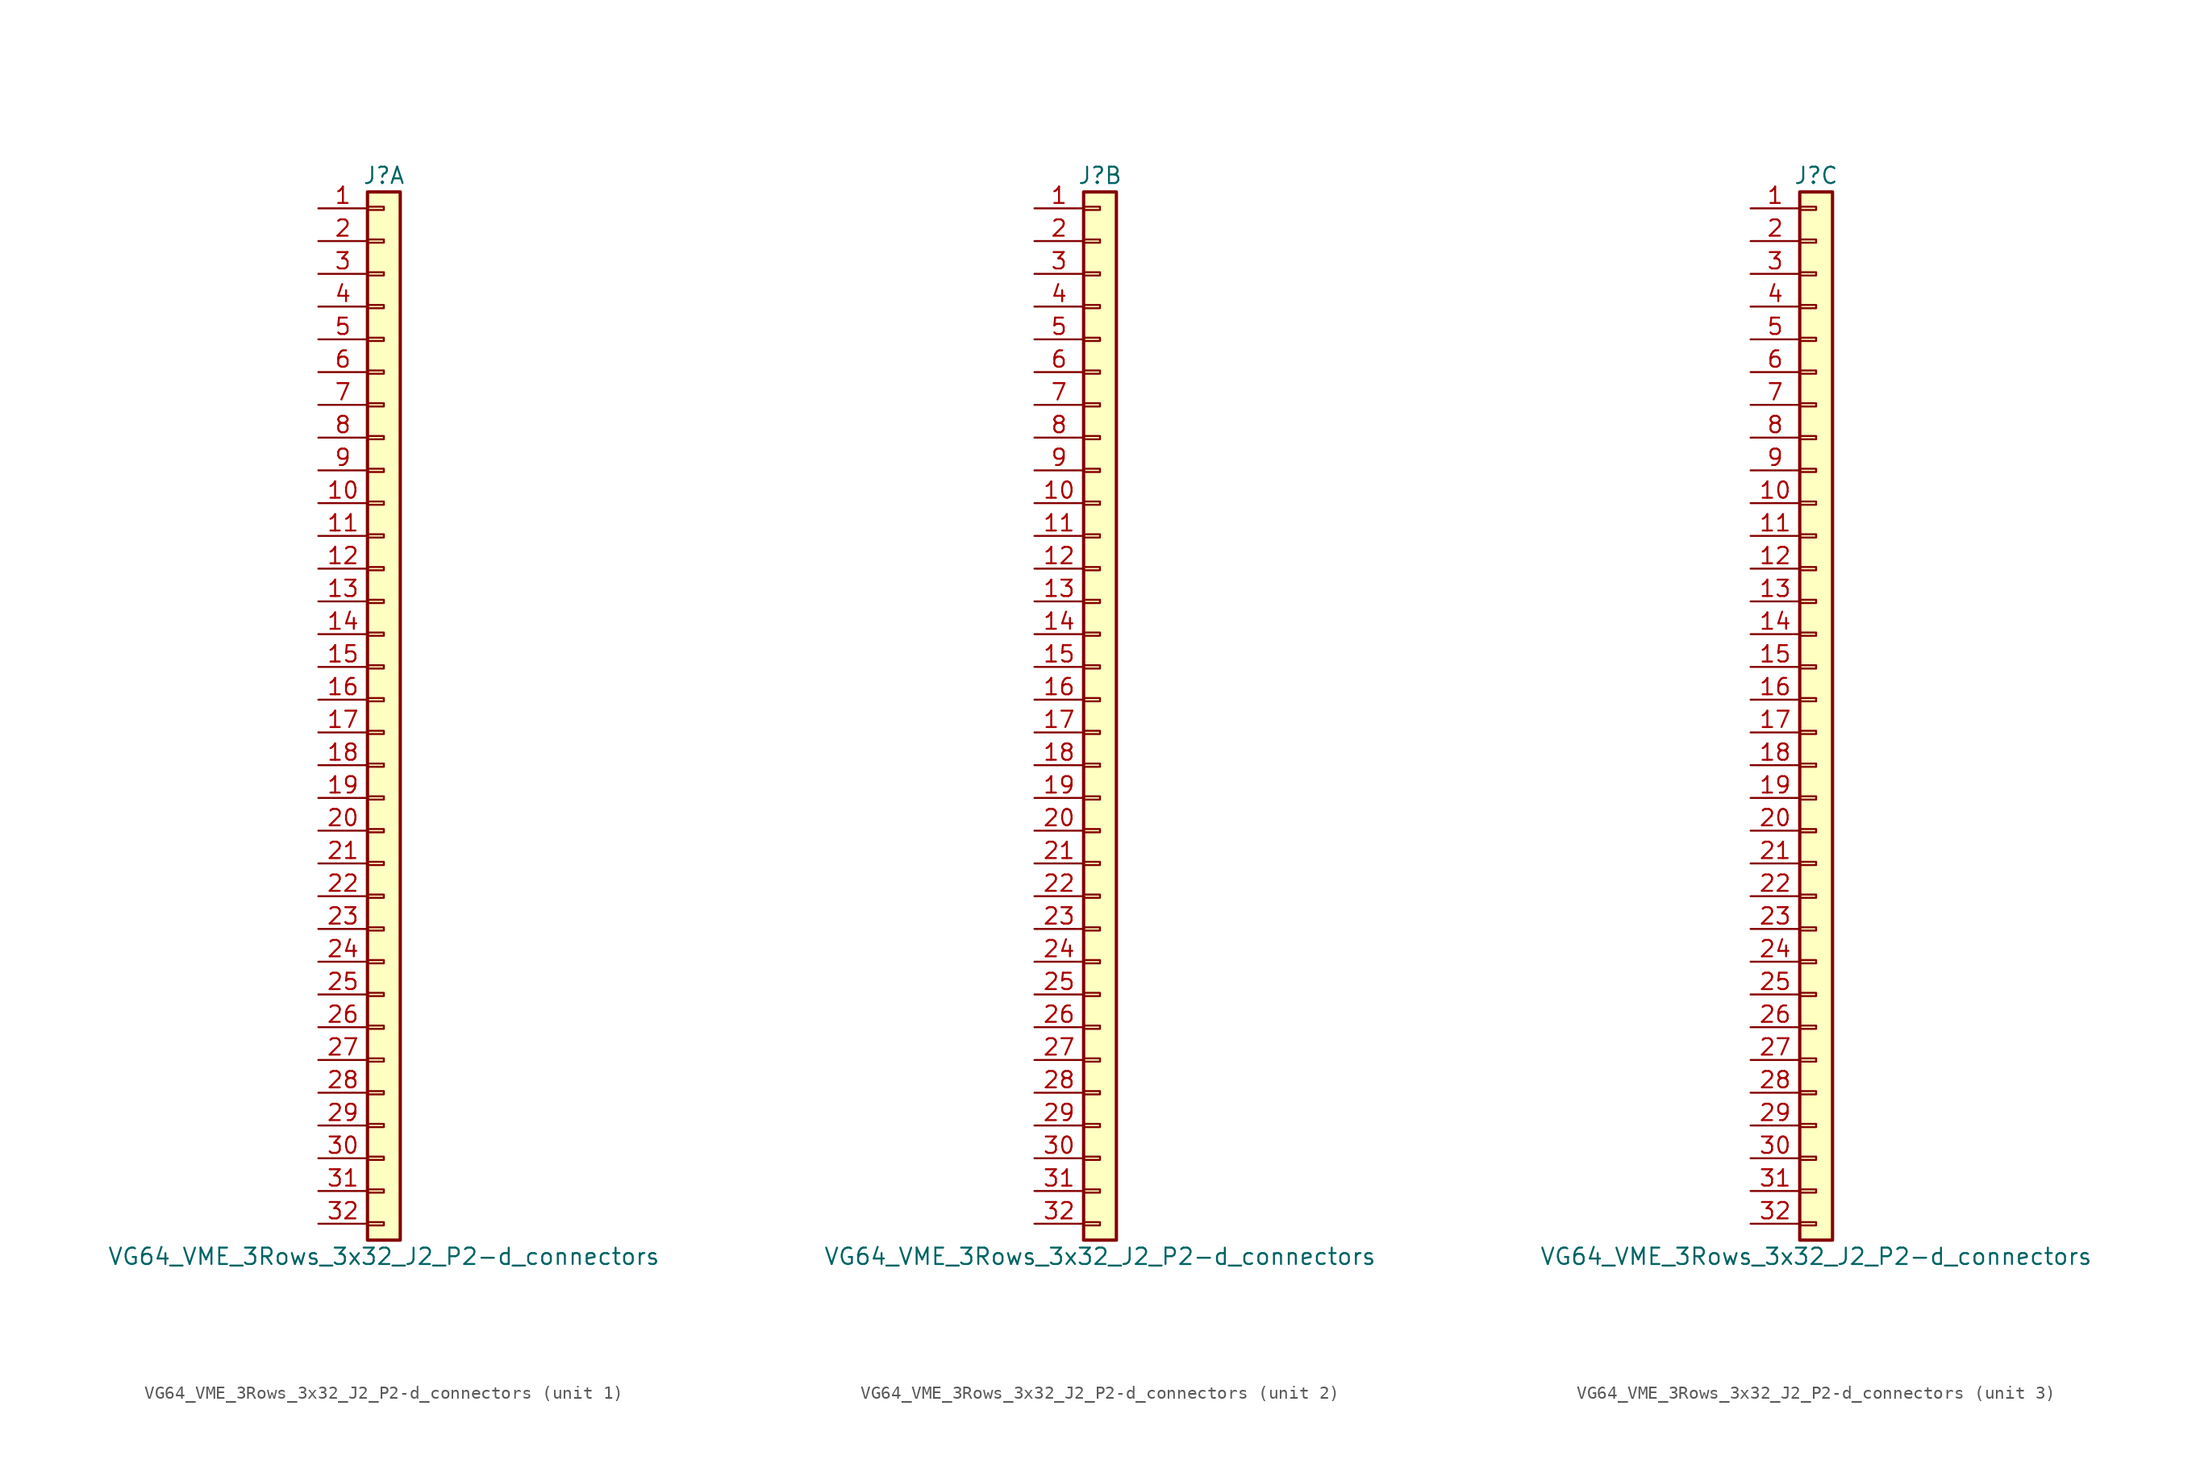
<source format=kicad_sym>
(kicad_symbol_lib
  (version 20231120)
  (generator "kicad_symbol_editor")
  (generator_version "8.0")
  (symbol "VG64_VME_3Rows_3x32_J2_P2-d_connectors"
    (pin_names
      (offset 1.016) hide)
    (property "Reference" "J"
      (at 0 40.64 0)
      (effects (font (size 1.27 1.27))))
    (property "Value" "VG64_VME_3Rows_3x32_J2_P2-d_connectors"
      (at 0 -43.18 0)
      (effects (font (size 1.27 1.27))))
    (property "ki_locked" ""
      (at 0 0 0)
      (effects (font (size 1.27 1.27))))
    (symbol "VG64_VME_3Rows_3x32_J2_P2-d_connectors_1_1"
      (rectangle (start -1.27 -40.513) (end 0 -40.767) (stroke (width 0.152) (type solid)) (fill (type none)))
      (rectangle (start -1.27 -37.973) (end 0 -38.227) (stroke (width 0.152) (type solid)) (fill (type none)))
      (rectangle (start -1.27 -35.433) (end 0 -35.687) (stroke (width 0.152) (type solid)) (fill (type none)))
      (rectangle (start -1.27 -32.893) (end 0 -33.147) (stroke (width 0.152) (type solid)) (fill (type none)))
      (rectangle (start -1.27 -30.353) (end 0 -30.607) (stroke (width 0.152) (type solid)) (fill (type none)))
      (rectangle (start -1.27 -27.813) (end 0 -28.067) (stroke (width 0.152) (type solid)) (fill (type none)))
      (rectangle (start -1.27 -25.273) (end 0 -25.527) (stroke (width 0.152) (type solid)) (fill (type none)))
      (rectangle (start -1.27 -22.733) (end 0 -22.987) (stroke (width 0.152) (type solid)) (fill (type none)))
      (rectangle (start -1.27 -20.193) (end 0 -20.447) (stroke (width 0.152) (type solid)) (fill (type none)))
      (rectangle (start -1.27 -17.653) (end 0 -17.907) (stroke (width 0.152) (type solid)) (fill (type none)))
      (rectangle (start -1.27 -15.113) (end 0 -15.367) (stroke (width 0.152) (type solid)) (fill (type none)))
      (rectangle (start -1.27 -12.573) (end 0 -12.827) (stroke (width 0.152) (type solid)) (fill (type none)))
      (rectangle (start -1.27 -10.033) (end 0 -10.287) (stroke (width 0.152) (type solid)) (fill (type none)))
      (rectangle (start -1.27 -7.493) (end 0 -7.747) (stroke (width 0.152) (type solid)) (fill (type none)))
      (rectangle (start -1.27 -4.953) (end 0 -5.207) (stroke (width 0.152) (type solid)) (fill (type none)))
      (rectangle (start -1.27 -2.413) (end 0 -2.667) (stroke (width 0.152) (type solid)) (fill (type none)))
      (rectangle (start -1.27 0.127) (end 0 -0.127) (stroke (width 0.152) (type solid)) (fill (type none)))
      (rectangle (start -1.27 2.667) (end 0 2.413) (stroke (width 0.152) (type solid)) (fill (type none)))
      (rectangle (start -1.27 5.207) (end 0 4.953) (stroke (width 0.152) (type solid)) (fill (type none)))
      (rectangle (start -1.27 7.747) (end 0 7.493) (stroke (width 0.152) (type solid)) (fill (type none)))
      (rectangle (start -1.27 10.287) (end 0 10.033) (stroke (width 0.152) (type solid)) (fill (type none)))
      (rectangle (start -1.27 12.827) (end 0 12.573) (stroke (width 0.152) (type solid)) (fill (type none)))
      (rectangle (start -1.27 15.367) (end 0 15.113) (stroke (width 0.152) (type solid)) (fill (type none)))
      (rectangle (start -1.27 17.907) (end 0 17.653) (stroke (width 0.152) (type solid)) (fill (type none)))
      (rectangle (start -1.27 20.447) (end 0 20.193) (stroke (width 0.152) (type solid)) (fill (type none)))
      (rectangle (start -1.27 22.987) (end 0 22.733) (stroke (width 0.152) (type solid)) (fill (type none)))
      (rectangle (start -1.27 25.527) (end 0 25.273) (stroke (width 0.152) (type solid)) (fill (type none)))
      (rectangle (start -1.27 28.067) (end 0 27.813) (stroke (width 0.152) (type solid)) (fill (type none)))
      (rectangle (start -1.27 30.607) (end 0 30.353) (stroke (width 0.152) (type solid)) (fill (type none)))
      (rectangle (start -1.27 33.147) (end 0 32.893) (stroke (width 0.152) (type solid)) (fill (type none)))
      (rectangle (start -1.27 35.687) (end 0 35.433) (stroke (width 0.152) (type solid)) (fill (type none)))
      (rectangle (start -1.27 38.227) (end 0 37.973) (stroke (width 0.152) (type solid)) (fill (type none)))
      (rectangle (start -1.27 39.37) (end 1.27 -41.91) (stroke (width 0.254) (type solid)) (fill (type background)))
      (pin passive line (at -5.08 38.1 0) (length 3.81) (name "User_Defined" (effects (font (size 1.27 1.27)))) (number "1" (effects (font (size 1.27 1.27)))))
      (pin passive line (at -5.08 15.24 0) (length 3.81) (name "A30" (effects (font (size 1.27 1.27)))) (number "10" (effects (font (size 1.27 1.27)))))
      (pin passive line (at -5.08 12.7 0) (length 3.81) (name "User_Defined" (effects (font (size 1.27 1.27)))) (number "11" (effects (font (size 1.27 1.27)))))
      (pin passive line (at -5.08 10.16 0) (length 3.81) (name "User_Defined" (effects (font (size 1.27 1.27)))) (number "12" (effects (font (size 1.27 1.27)))))
      (pin passive line (at -5.08 7.62 0) (length 3.81) (name "+5V" (effects (font (size 1.27 1.27)))) (number "13" (effects (font (size 1.27 1.27)))))
      (pin passive line (at -5.08 5.08 0) (length 3.81) (name "D16" (effects (font (size 1.27 1.27)))) (number "14" (effects (font (size 1.27 1.27)))))
      (pin passive line (at -5.08 2.54 0) (length 3.81) (name "D17" (effects (font (size 1.27 1.27)))) (number "15" (effects (font (size 1.27 1.27)))))
      (pin passive line (at -5.08 0 0) (length 3.81) (name "User_Defined" (effects (font (size 1.27 1.27)))) (number "16" (effects (font (size 1.27 1.27)))))
      (pin passive line (at -5.08 -2.54 0) (length 3.81) (name "User_Defined" (effects (font (size 1.27 1.27)))) (number "17" (effects (font (size 1.27 1.27)))))
      (pin passive line (at -5.08 -5.08 0) (length 3.81) (name "User_Defined" (effects (font (size 1.27 1.27)))) (number "18" (effects (font (size 1.27 1.27)))))
      (pin passive line (at -5.08 -7.62 0) (length 3.81) (name "User_Defined" (effects (font (size 1.27 1.27)))) (number "19" (effects (font (size 1.27 1.27)))))
      (pin passive line (at -5.08 35.56 0) (length 3.81) (name "User_Defined" (effects (font (size 1.27 1.27)))) (number "2" (effects (font (size 1.27 1.27)))))
      (pin passive line (at -5.08 -10.16 0) (length 3.81) (name "User_Defined" (effects (font (size 1.27 1.27)))) (number "20" (effects (font (size 1.27 1.27)))))
      (pin passive line (at -5.08 -12.7 0) (length 3.81) (name "User_Defined" (effects (font (size 1.27 1.27)))) (number "21" (effects (font (size 1.27 1.27)))))
      (pin passive line (at -5.08 -15.24 0) (length 3.81) (name "User_Defined" (effects (font (size 1.27 1.27)))) (number "22" (effects (font (size 1.27 1.27)))))
      (pin passive line (at -5.08 -17.78 0) (length 3.81) (name "User_Defined" (effects (font (size 1.27 1.27)))) (number "23" (effects (font (size 1.27 1.27)))))
      (pin passive line (at -5.08 -20.32 0) (length 3.81) (name "User_Defined" (effects (font (size 1.27 1.27)))) (number "24" (effects (font (size 1.27 1.27)))))
      (pin passive line (at -5.08 -22.86 0) (length 3.81) (name "D26" (effects (font (size 1.27 1.27)))) (number "25" (effects (font (size 1.27 1.27)))))
      (pin passive line (at -5.08 -25.4 0) (length 3.81) (name "User_Defined" (effects (font (size 1.27 1.27)))) (number "26" (effects (font (size 1.27 1.27)))))
      (pin passive line (at -5.08 -27.94 0) (length 3.81) (name "D28" (effects (font (size 1.27 1.27)))) (number "27" (effects (font (size 1.27 1.27)))))
      (pin passive line (at -5.08 -30.48 0) (length 3.81) (name "D29" (effects (font (size 1.27 1.27)))) (number "28" (effects (font (size 1.27 1.27)))))
      (pin passive line (at -5.08 -33.02 0) (length 3.81) (name "User_Defined" (effects (font (size 1.27 1.27)))) (number "29" (effects (font (size 1.27 1.27)))))
      (pin passive line (at -5.08 33.02 0) (length 3.81) (name "RESERVED" (effects (font (size 1.27 1.27)))) (number "3" (effects (font (size 1.27 1.27)))))
      (pin passive line (at -5.08 -35.56 0) (length 3.81) (name "User_Defined" (effects (font (size 1.27 1.27)))) (number "30" (effects (font (size 1.27 1.27)))))
      (pin passive line (at -5.08 -38.1 0) (length 3.81) (name "User_Defined" (effects (font (size 1.27 1.27)))) (number "31" (effects (font (size 1.27 1.27)))))
      (pin passive line (at -5.08 -40.64 0) (length 3.81) (name "User_Defined" (effects (font (size 1.27 1.27)))) (number "32" (effects (font (size 1.27 1.27)))))
      (pin passive line (at -5.08 30.48 0) (length 3.81) (name "User_Defined" (effects (font (size 1.27 1.27)))) (number "4" (effects (font (size 1.27 1.27)))))
      (pin passive line (at -5.08 27.94 0) (length 3.81) (name "User_Defined" (effects (font (size 1.27 1.27)))) (number "5" (effects (font (size 1.27 1.27)))))
      (pin passive line (at -5.08 25.4 0) (length 3.81) (name "User_Defined" (effects (font (size 1.27 1.27)))) (number "6" (effects (font (size 1.27 1.27)))))
      (pin passive line (at -5.08 22.86 0) (length 3.81) (name "A27" (effects (font (size 1.27 1.27)))) (number "7" (effects (font (size 1.27 1.27)))))
      (pin passive line (at -5.08 20.32 0) (length 3.81) (name "User_Defined" (effects (font (size 1.27 1.27)))) (number "8" (effects (font (size 1.27 1.27)))))
      (pin passive line (at -5.08 17.78 0) (length 3.81) (name "User_Defined" (effects (font (size 1.27 1.27)))) (number "9" (effects (font (size 1.27 1.27))))))
    (symbol "VG64_VME_3Rows_3x32_J2_P2-d_connectors_2_1"
      (rectangle (start -1.27 -40.513) (end 0 -40.767) (stroke (width 0.152) (type solid)) (fill (type none)))
      (rectangle (start -1.27 -37.973) (end 0 -38.227) (stroke (width 0.152) (type solid)) (fill (type none)))
      (rectangle (start -1.27 -35.433) (end 0 -35.687) (stroke (width 0.152) (type solid)) (fill (type none)))
      (rectangle (start -1.27 -32.893) (end 0 -33.147) (stroke (width 0.152) (type solid)) (fill (type none)))
      (rectangle (start -1.27 -30.353) (end 0 -30.607) (stroke (width 0.152) (type solid)) (fill (type none)))
      (rectangle (start -1.27 -27.813) (end 0 -28.067) (stroke (width 0.152) (type solid)) (fill (type none)))
      (rectangle (start -1.27 -25.273) (end 0 -25.527) (stroke (width 0.152) (type solid)) (fill (type none)))
      (rectangle (start -1.27 -22.733) (end 0 -22.987) (stroke (width 0.152) (type solid)) (fill (type none)))
      (rectangle (start -1.27 -20.193) (end 0 -20.447) (stroke (width 0.152) (type solid)) (fill (type none)))
      (rectangle (start -1.27 -17.653) (end 0 -17.907) (stroke (width 0.152) (type solid)) (fill (type none)))
      (rectangle (start -1.27 -15.113) (end 0 -15.367) (stroke (width 0.152) (type solid)) (fill (type none)))
      (rectangle (start -1.27 -12.573) (end 0 -12.827) (stroke (width 0.152) (type solid)) (fill (type none)))
      (rectangle (start -1.27 -10.033) (end 0 -10.287) (stroke (width 0.152) (type solid)) (fill (type none)))
      (rectangle (start -1.27 -7.493) (end 0 -7.747) (stroke (width 0.152) (type solid)) (fill (type none)))
      (rectangle (start -1.27 -4.953) (end 0 -5.207) (stroke (width 0.152) (type solid)) (fill (type none)))
      (rectangle (start -1.27 -2.413) (end 0 -2.667) (stroke (width 0.152) (type solid)) (fill (type none)))
      (rectangle (start -1.27 0.127) (end 0 -0.127) (stroke (width 0.152) (type solid)) (fill (type none)))
      (rectangle (start -1.27 2.667) (end 0 2.413) (stroke (width 0.152) (type solid)) (fill (type none)))
      (rectangle (start -1.27 5.207) (end 0 4.953) (stroke (width 0.152) (type solid)) (fill (type none)))
      (rectangle (start -1.27 7.747) (end 0 7.493) (stroke (width 0.152) (type solid)) (fill (type none)))
      (rectangle (start -1.27 10.287) (end 0 10.033) (stroke (width 0.152) (type solid)) (fill (type none)))
      (rectangle (start -1.27 12.827) (end 0 12.573) (stroke (width 0.152) (type solid)) (fill (type none)))
      (rectangle (start -1.27 15.367) (end 0 15.113) (stroke (width 0.152) (type solid)) (fill (type none)))
      (rectangle (start -1.27 17.907) (end 0 17.653) (stroke (width 0.152) (type solid)) (fill (type none)))
      (rectangle (start -1.27 20.447) (end 0 20.193) (stroke (width 0.152) (type solid)) (fill (type none)))
      (rectangle (start -1.27 22.987) (end 0 22.733) (stroke (width 0.152) (type solid)) (fill (type none)))
      (rectangle (start -1.27 25.527) (end 0 25.273) (stroke (width 0.152) (type solid)) (fill (type none)))
      (rectangle (start -1.27 28.067) (end 0 27.813) (stroke (width 0.152) (type solid)) (fill (type none)))
      (rectangle (start -1.27 30.607) (end 0 30.353) (stroke (width 0.152) (type solid)) (fill (type none)))
      (rectangle (start -1.27 33.147) (end 0 32.893) (stroke (width 0.152) (type solid)) (fill (type none)))
      (rectangle (start -1.27 35.687) (end 0 35.433) (stroke (width 0.152) (type solid)) (fill (type none)))
      (rectangle (start -1.27 38.227) (end 0 37.973) (stroke (width 0.152) (type solid)) (fill (type none)))
      (rectangle (start -1.27 39.37) (end 1.27 -41.91) (stroke (width 0.254) (type solid)) (fill (type background)))
      (pin passive line (at -5.08 38.1 0) (length 3.81) (name "+5V" (effects (font (size 1.27 1.27)))) (number "1" (effects (font (size 1.27 1.27)))))
      (pin passive line (at -5.08 15.24 0) (length 3.81) (name "User_Defined" (effects (font (size 1.27 1.27)))) (number "10" (effects (font (size 1.27 1.27)))))
      (pin passive line (at -5.08 12.7 0) (length 3.81) (name "User_Defined" (effects (font (size 1.27 1.27)))) (number "11" (effects (font (size 1.27 1.27)))))
      (pin passive line (at -5.08 10.16 0) (length 3.81) (name "GND" (effects (font (size 1.27 1.27)))) (number "12" (effects (font (size 1.27 1.27)))))
      (pin passive line (at -5.08 7.62 0) (length 3.81) (name "User_Defined" (effects (font (size 1.27 1.27)))) (number "13" (effects (font (size 1.27 1.27)))))
      (pin passive line (at -5.08 5.08 0) (length 3.81) (name "User_Defined" (effects (font (size 1.27 1.27)))) (number "14" (effects (font (size 1.27 1.27)))))
      (pin passive line (at -5.08 2.54 0) (length 3.81) (name "User_Defined" (effects (font (size 1.27 1.27)))) (number "15" (effects (font (size 1.27 1.27)))))
      (pin passive line (at -5.08 0 0) (length 3.81) (name "D18" (effects (font (size 1.27 1.27)))) (number "16" (effects (font (size 1.27 1.27)))))
      (pin passive line (at -5.08 -2.54 0) (length 3.81) (name "User_Defined" (effects (font (size 1.27 1.27)))) (number "17" (effects (font (size 1.27 1.27)))))
      (pin passive line (at -5.08 -5.08 0) (length 3.81) (name "User_Defined" (effects (font (size 1.27 1.27)))) (number "18" (effects (font (size 1.27 1.27)))))
      (pin passive line (at -5.08 -7.62 0) (length 3.81) (name "D21" (effects (font (size 1.27 1.27)))) (number "19" (effects (font (size 1.27 1.27)))))
      (pin passive line (at -5.08 35.56 0) (length 3.81) (name "User_Defined" (effects (font (size 1.27 1.27)))) (number "2" (effects (font (size 1.27 1.27)))))
      (pin passive line (at -5.08 -10.16 0) (length 3.81) (name "D22" (effects (font (size 1.27 1.27)))) (number "20" (effects (font (size 1.27 1.27)))))
      (pin passive line (at -5.08 -12.7 0) (length 3.81) (name "User_Defined" (effects (font (size 1.27 1.27)))) (number "21" (effects (font (size 1.27 1.27)))))
      (pin passive line (at -5.08 -15.24 0) (length 3.81) (name "User_Defined" (effects (font (size 1.27 1.27)))) (number "22" (effects (font (size 1.27 1.27)))))
      (pin passive line (at -5.08 -17.78 0) (length 3.81) (name "User_Defined" (effects (font (size 1.27 1.27)))) (number "23" (effects (font (size 1.27 1.27)))))
      (pin passive line (at -5.08 -20.32 0) (length 3.81) (name "User_Defined" (effects (font (size 1.27 1.27)))) (number "24" (effects (font (size 1.27 1.27)))))
      (pin passive line (at -5.08 -22.86 0) (length 3.81) (name "User_Defined" (effects (font (size 1.27 1.27)))) (number "25" (effects (font (size 1.27 1.27)))))
      (pin passive line (at -5.08 -25.4 0) (length 3.81) (name "D27" (effects (font (size 1.27 1.27)))) (number "26" (effects (font (size 1.27 1.27)))))
      (pin passive line (at -5.08 -27.94 0) (length 3.81) (name "User_Defined" (effects (font (size 1.27 1.27)))) (number "27" (effects (font (size 1.27 1.27)))))
      (pin passive line (at -5.08 -30.48 0) (length 3.81) (name "User_Defined" (effects (font (size 1.27 1.27)))) (number "28" (effects (font (size 1.27 1.27)))))
      (pin passive line (at -5.08 -33.02 0) (length 3.81) (name "D30" (effects (font (size 1.27 1.27)))) (number "29" (effects (font (size 1.27 1.27)))))
      (pin passive line (at -5.08 33.02 0) (length 3.81) (name "User_Defined" (effects (font (size 1.27 1.27)))) (number "3" (effects (font (size 1.27 1.27)))))
      (pin passive line (at -5.08 -35.56 0) (length 3.81) (name "D31" (effects (font (size 1.27 1.27)))) (number "30" (effects (font (size 1.27 1.27)))))
      (pin passive line (at -5.08 -38.1 0) (length 3.81) (name "User_Defined" (effects (font (size 1.27 1.27)))) (number "31" (effects (font (size 1.27 1.27)))))
      (pin passive line (at -5.08 -40.64 0) (length 3.81) (name "+5V" (effects (font (size 1.27 1.27)))) (number "32" (effects (font (size 1.27 1.27)))))
      (pin passive line (at -5.08 30.48 0) (length 3.81) (name "User_Defined" (effects (font (size 1.27 1.27)))) (number "4" (effects (font (size 1.27 1.27)))))
      (pin passive line (at -5.08 27.94 0) (length 3.81) (name "A25" (effects (font (size 1.27 1.27)))) (number "5" (effects (font (size 1.27 1.27)))))
      (pin passive line (at -5.08 25.4 0) (length 3.81) (name "A26" (effects (font (size 1.27 1.27)))) (number "6" (effects (font (size 1.27 1.27)))))
      (pin passive line (at -5.08 22.86 0) (length 3.81) (name "User_Defined" (effects (font (size 1.27 1.27)))) (number "7" (effects (font (size 1.27 1.27)))))
      (pin passive line (at -5.08 20.32 0) (length 3.81) (name "A28" (effects (font (size 1.27 1.27)))) (number "8" (effects (font (size 1.27 1.27)))))
      (pin passive line (at -5.08 17.78 0) (length 3.81) (name "A29" (effects (font (size 1.27 1.27)))) (number "9" (effects (font (size 1.27 1.27))))))
    (symbol "VG64_VME_3Rows_3x32_J2_P2-d_connectors_3_1"
      (rectangle (start -1.27 -40.513) (end 0 -40.767) (stroke (width 0.152) (type solid)) (fill (type none)))
      (rectangle (start -1.27 -37.973) (end 0 -38.227) (stroke (width 0.152) (type solid)) (fill (type none)))
      (rectangle (start -1.27 -35.433) (end 0 -35.687) (stroke (width 0.152) (type solid)) (fill (type none)))
      (rectangle (start -1.27 -32.893) (end 0 -33.147) (stroke (width 0.152) (type solid)) (fill (type none)))
      (rectangle (start -1.27 -30.353) (end 0 -30.607) (stroke (width 0.152) (type solid)) (fill (type none)))
      (rectangle (start -1.27 -27.813) (end 0 -28.067) (stroke (width 0.152) (type solid)) (fill (type none)))
      (rectangle (start -1.27 -25.273) (end 0 -25.527) (stroke (width 0.152) (type solid)) (fill (type none)))
      (rectangle (start -1.27 -22.733) (end 0 -22.987) (stroke (width 0.152) (type solid)) (fill (type none)))
      (rectangle (start -1.27 -20.193) (end 0 -20.447) (stroke (width 0.152) (type solid)) (fill (type none)))
      (rectangle (start -1.27 -17.653) (end 0 -17.907) (stroke (width 0.152) (type solid)) (fill (type none)))
      (rectangle (start -1.27 -15.113) (end 0 -15.367) (stroke (width 0.152) (type solid)) (fill (type none)))
      (rectangle (start -1.27 -12.573) (end 0 -12.827) (stroke (width 0.152) (type solid)) (fill (type none)))
      (rectangle (start -1.27 -10.033) (end 0 -10.287) (stroke (width 0.152) (type solid)) (fill (type none)))
      (rectangle (start -1.27 -7.493) (end 0 -7.747) (stroke (width 0.152) (type solid)) (fill (type none)))
      (rectangle (start -1.27 -4.953) (end 0 -5.207) (stroke (width 0.152) (type solid)) (fill (type none)))
      (rectangle (start -1.27 -2.413) (end 0 -2.667) (stroke (width 0.152) (type solid)) (fill (type none)))
      (rectangle (start -1.27 0.127) (end 0 -0.127) (stroke (width 0.152) (type solid)) (fill (type none)))
      (rectangle (start -1.27 2.667) (end 0 2.413) (stroke (width 0.152) (type solid)) (fill (type none)))
      (rectangle (start -1.27 5.207) (end 0 4.953) (stroke (width 0.152) (type solid)) (fill (type none)))
      (rectangle (start -1.27 7.747) (end 0 7.493) (stroke (width 0.152) (type solid)) (fill (type none)))
      (rectangle (start -1.27 10.287) (end 0 10.033) (stroke (width 0.152) (type solid)) (fill (type none)))
      (rectangle (start -1.27 12.827) (end 0 12.573) (stroke (width 0.152) (type solid)) (fill (type none)))
      (rectangle (start -1.27 15.367) (end 0 15.113) (stroke (width 0.152) (type solid)) (fill (type none)))
      (rectangle (start -1.27 17.907) (end 0 17.653) (stroke (width 0.152) (type solid)) (fill (type none)))
      (rectangle (start -1.27 20.447) (end 0 20.193) (stroke (width 0.152) (type solid)) (fill (type none)))
      (rectangle (start -1.27 22.987) (end 0 22.733) (stroke (width 0.152) (type solid)) (fill (type none)))
      (rectangle (start -1.27 25.527) (end 0 25.273) (stroke (width 0.152) (type solid)) (fill (type none)))
      (rectangle (start -1.27 28.067) (end 0 27.813) (stroke (width 0.152) (type solid)) (fill (type none)))
      (rectangle (start -1.27 30.607) (end 0 30.353) (stroke (width 0.152) (type solid)) (fill (type none)))
      (rectangle (start -1.27 33.147) (end 0 32.893) (stroke (width 0.152) (type solid)) (fill (type none)))
      (rectangle (start -1.27 35.687) (end 0 35.433) (stroke (width 0.152) (type solid)) (fill (type none)))
      (rectangle (start -1.27 38.227) (end 0 37.973) (stroke (width 0.152) (type solid)) (fill (type none)))
      (rectangle (start -1.27 39.37) (end 1.27 -41.91) (stroke (width 0.254) (type solid)) (fill (type background)))
      (pin passive line (at -5.08 38.1 0) (length 3.81) (name "User_Defined" (effects (font (size 1.27 1.27)))) (number "1" (effects (font (size 1.27 1.27)))))
      (pin passive line (at -5.08 15.24 0) (length 3.81) (name "User_Defined" (effects (font (size 1.27 1.27)))) (number "10" (effects (font (size 1.27 1.27)))))
      (pin passive line (at -5.08 12.7 0) (length 3.81) (name "A31" (effects (font (size 1.27 1.27)))) (number "11" (effects (font (size 1.27 1.27)))))
      (pin passive line (at -5.08 10.16 0) (length 3.81) (name "User_Defined" (effects (font (size 1.27 1.27)))) (number "12" (effects (font (size 1.27 1.27)))))
      (pin passive line (at -5.08 7.62 0) (length 3.81) (name "User_Defined" (effects (font (size 1.27 1.27)))) (number "13" (effects (font (size 1.27 1.27)))))
      (pin passive line (at -5.08 5.08 0) (length 3.81) (name "User_Defined" (effects (font (size 1.27 1.27)))) (number "14" (effects (font (size 1.27 1.27)))))
      (pin passive line (at -5.08 2.54 0) (length 3.81) (name "User_Defined" (effects (font (size 1.27 1.27)))) (number "15" (effects (font (size 1.27 1.27)))))
      (pin passive line (at -5.08 0 0) (length 3.81) (name "User_Defined" (effects (font (size 1.27 1.27)))) (number "16" (effects (font (size 1.27 1.27)))))
      (pin passive line (at -5.08 -2.54 0) (length 3.81) (name "D19" (effects (font (size 1.27 1.27)))) (number "17" (effects (font (size 1.27 1.27)))))
      (pin passive line (at -5.08 -5.08 0) (length 3.81) (name "D20" (effects (font (size 1.27 1.27)))) (number "18" (effects (font (size 1.27 1.27)))))
      (pin passive line (at -5.08 -7.62 0) (length 3.81) (name "User_Defined" (effects (font (size 1.27 1.27)))) (number "19" (effects (font (size 1.27 1.27)))))
      (pin passive line (at -5.08 35.56 0) (length 3.81) (name "GND" (effects (font (size 1.27 1.27)))) (number "2" (effects (font (size 1.27 1.27)))))
      (pin passive line (at -5.08 -10.16 0) (length 3.81) (name "User_Defined" (effects (font (size 1.27 1.27)))) (number "20" (effects (font (size 1.27 1.27)))))
      (pin passive line (at -5.08 -12.7 0) (length 3.81) (name "D23" (effects (font (size 1.27 1.27)))) (number "21" (effects (font (size 1.27 1.27)))))
      (pin passive line (at -5.08 -15.24 0) (length 3.81) (name "GND" (effects (font (size 1.27 1.27)))) (number "22" (effects (font (size 1.27 1.27)))))
      (pin passive line (at -5.08 -17.78 0) (length 3.81) (name "D24" (effects (font (size 1.27 1.27)))) (number "23" (effects (font (size 1.27 1.27)))))
      (pin passive line (at -5.08 -20.32 0) (length 3.81) (name "D25" (effects (font (size 1.27 1.27)))) (number "24" (effects (font (size 1.27 1.27)))))
      (pin passive line (at -5.08 -22.86 0) (length 3.81) (name "User_Defined" (effects (font (size 1.27 1.27)))) (number "25" (effects (font (size 1.27 1.27)))))
      (pin passive line (at -5.08 -25.4 0) (length 3.81) (name "User_Defined" (effects (font (size 1.27 1.27)))) (number "26" (effects (font (size 1.27 1.27)))))
      (pin passive line (at -5.08 -27.94 0) (length 3.81) (name "User_Defined" (effects (font (size 1.27 1.27)))) (number "27" (effects (font (size 1.27 1.27)))))
      (pin passive line (at -5.08 -30.48 0) (length 3.81) (name "User_Defined" (effects (font (size 1.27 1.27)))) (number "28" (effects (font (size 1.27 1.27)))))
      (pin passive line (at -5.08 -33.02 0) (length 3.81) (name "User_Defined" (effects (font (size 1.27 1.27)))) (number "29" (effects (font (size 1.27 1.27)))))
      (pin passive line (at -5.08 33.02 0) (length 3.81) (name "User_Defined" (effects (font (size 1.27 1.27)))) (number "3" (effects (font (size 1.27 1.27)))))
      (pin passive line (at -5.08 -35.56 0) (length 3.81) (name "User_Defined" (effects (font (size 1.27 1.27)))) (number "30" (effects (font (size 1.27 1.27)))))
      (pin passive line (at -5.08 -38.1 0) (length 3.81) (name "GND" (effects (font (size 1.27 1.27)))) (number "31" (effects (font (size 1.27 1.27)))))
      (pin passive line (at -5.08 -40.64 0) (length 3.81) (name "User_Defined" (effects (font (size 1.27 1.27)))) (number "32" (effects (font (size 1.27 1.27)))))
      (pin passive line (at -5.08 30.48 0) (length 3.81) (name "A24" (effects (font (size 1.27 1.27)))) (number "4" (effects (font (size 1.27 1.27)))))
      (pin passive line (at -5.08 27.94 0) (length 3.81) (name "User_Defined" (effects (font (size 1.27 1.27)))) (number "5" (effects (font (size 1.27 1.27)))))
      (pin passive line (at -5.08 25.4 0) (length 3.81) (name "User_Defined" (effects (font (size 1.27 1.27)))) (number "6" (effects (font (size 1.27 1.27)))))
      (pin passive line (at -5.08 22.86 0) (length 3.81) (name "User_Defined" (effects (font (size 1.27 1.27)))) (number "7" (effects (font (size 1.27 1.27)))))
      (pin passive line (at -5.08 20.32 0) (length 3.81) (name "User_Defined" (effects (font (size 1.27 1.27)))) (number "8" (effects (font (size 1.27 1.27)))))
      (pin passive line (at -5.08 17.78 0) (length 3.81) (name "User_Defined" (effects (font (size 1.27 1.27)))) (number "9" (effects (font (size 1.27 1.27))))))))
</source>
